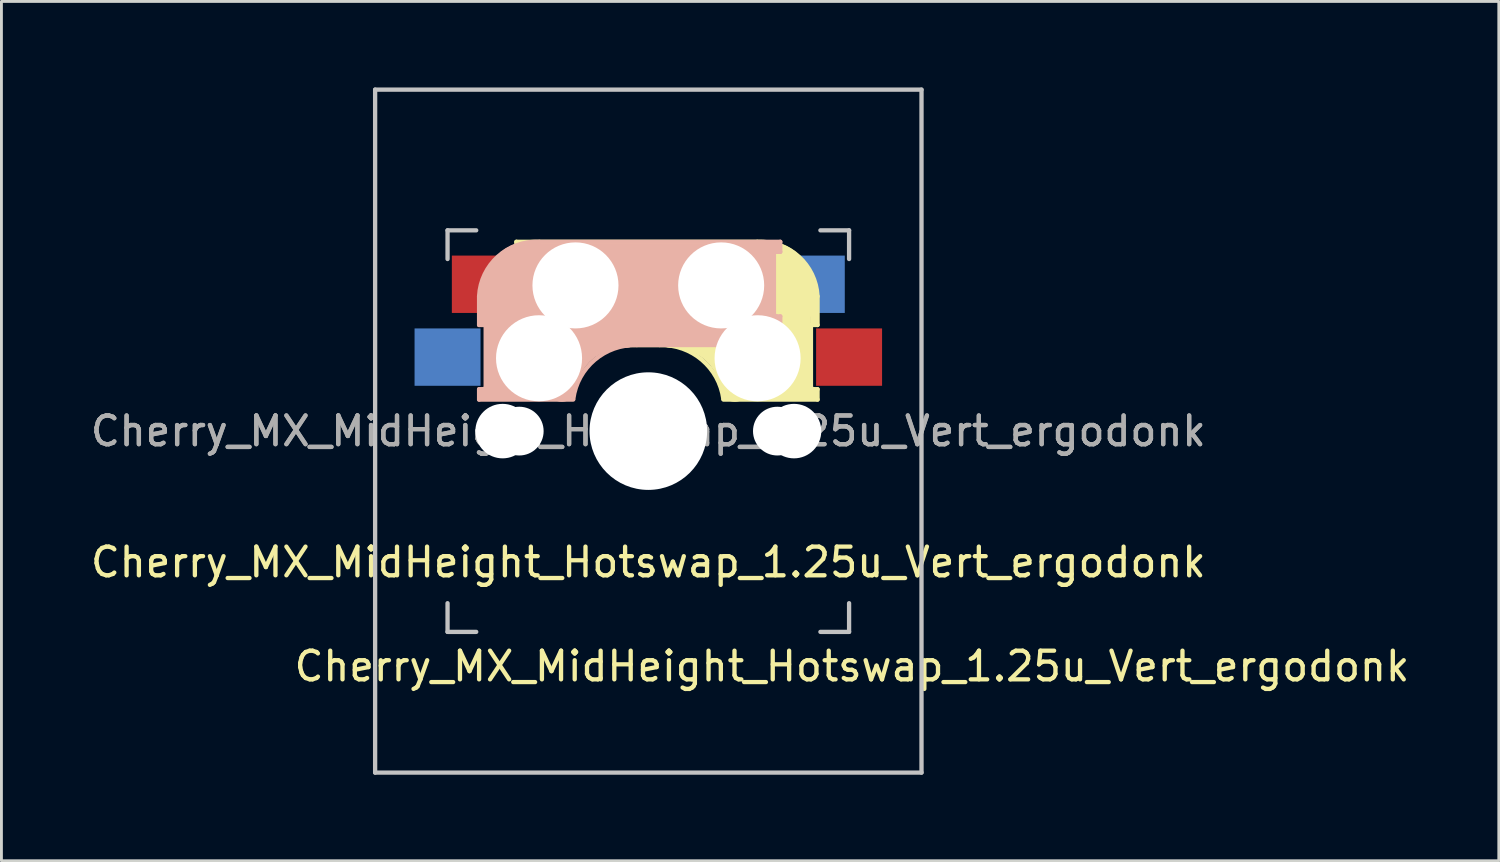
<source format=kicad_pcb>
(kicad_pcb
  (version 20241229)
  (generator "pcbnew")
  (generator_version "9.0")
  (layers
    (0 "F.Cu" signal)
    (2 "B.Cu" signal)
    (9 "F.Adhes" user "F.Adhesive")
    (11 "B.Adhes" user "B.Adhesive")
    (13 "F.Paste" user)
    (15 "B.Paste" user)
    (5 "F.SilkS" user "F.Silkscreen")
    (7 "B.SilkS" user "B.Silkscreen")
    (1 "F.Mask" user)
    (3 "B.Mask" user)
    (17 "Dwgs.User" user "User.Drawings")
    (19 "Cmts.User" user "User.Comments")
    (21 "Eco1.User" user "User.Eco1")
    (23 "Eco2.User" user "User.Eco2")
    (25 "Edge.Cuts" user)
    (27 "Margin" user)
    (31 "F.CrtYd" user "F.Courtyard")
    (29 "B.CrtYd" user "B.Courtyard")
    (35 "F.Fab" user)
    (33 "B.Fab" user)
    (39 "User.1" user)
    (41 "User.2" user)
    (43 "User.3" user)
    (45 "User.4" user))
  (footprint "Cherry_MX_MidHeight_Hotswap_1.25u_Vert_ergodonk"
    (layer "F.Cu")
    (at 19.554 11.981)
    (property "Reference" "Cherry_MX_MidHeight_Hotswap_1.25u_Vert_ergodonk" (at 7.1 8.2 0) (layer "F.SilkS") (effects (font (size 1 1) (thickness 0.15))))
    (attr through_hole)
    (fp_line (start -4.6 -6.6) (end 3.8 -6.6) (stroke (width 0.15) (type solid)) (layer "F.SilkS"))
    (fp_line (start -4.6 -6.25) (end -4.6 -6.6) (stroke (width 0.15) (type solid)) (layer "F.SilkS"))
    (fp_line (start -4.6 -4) (end -4.4 -4) (stroke (width 0.15) (type solid)) (layer "F.SilkS"))
    (fp_line (start -4.6 -3) (end -4.6 -4) (stroke (width 0.15) (type solid)) (layer "F.SilkS"))
    (fp_line (start -4.4 -6.4) (end -3 -6.4) (stroke (width 0.4) (type solid)) (layer "F.SilkS"))
    (fp_line (start -4.4 -6.25) (end -4.6 -6.25) (stroke (width 0.15) (type solid)) (layer "F.SilkS"))
    (fp_line (start -4.4 -3.9) (end -4.4 -3.2) (stroke (width 0.4) (type solid)) (layer "F.SilkS"))
    (fp_line (start -4.38 -4) (end -4.38 -6.25) (stroke (width 0.15) (type solid)) (layer "F.SilkS"))
    (fp_line (start -4.3 -3.3) (end -2.9 -3.3) (stroke (width 0.5) (type solid)) (layer "F.SilkS"))
    (fp_line (start -3.9 -6) (end -3.9 -3.5) (stroke (width 1) (type solid)) (layer "F.SilkS"))
    (fp_line (start -2.6 -4.8) (end 4.1 -4.8) (stroke (width 3.5) (type solid)) (layer "F.SilkS"))
    (fp_line (start 0.4 -3) (end -4.6 -3) (stroke (width 0.15) (type solid)) (layer "F.SilkS"))
    (fp_line (start 4.17 -5.1) (end 4.17 -2.86) (stroke (width 3) (type solid)) (layer "F.SilkS"))
    (fp_line (start 5.3 -1.6) (end 5.3 -3.4) (stroke (width 0.8) (type solid)) (layer "F.SilkS"))
    (fp_line (start 5.67 -3.7) (end 5.67 -1.46) (stroke (width 0.15) (type solid)) (layer "F.SilkS"))
    (fp_line (start 5.7 -1.46) (end 5.9 -1.46) (stroke (width 0.15) (type solid)) (layer "F.SilkS"))
    (fp_line (start 5.7 -1.3) (end 3 -1.3) (stroke (width 0.5) (type solid)) (layer "F.SilkS"))
    (fp_line (start 5.8 -3.8) (end 5.8 -4.7) (stroke (width 0.3) (type solid)) (layer "F.SilkS"))
    (fp_line (start 5.9 -4.7) (end 5.9 -3.7) (stroke (width 0.15) (type solid)) (layer "F.SilkS"))
    (fp_line (start 5.9 -3.7) (end 5.7 -3.7) (stroke (width 0.15) (type solid)) (layer "F.SilkS"))
    (fp_line (start 5.9 -1.1) (end 2.62 -1.1) (stroke (width 0.15) (type solid)) (layer "F.SilkS"))
    (fp_line (start 5.9 -1.1) (end 5.9 -1.46) (stroke (width 0.15) (type solid)) (layer "F.SilkS"))
    (fp_arc (start 0.4 -3) (mid 1.868709 -2.486118) (end 2.616318 -1.121471) (stroke (width 0.15) (type solid)) (layer "F.SilkS"))
    (fp_arc (start 0.8 -3.4) (mid 2.268709 -2.886118) (end 3.016318 -1.521471) (stroke (width 1) (type solid)) (layer "F.SilkS"))
    (fp_arc (start 3.8 -6.600001) (mid 5.243504 -6.084925) (end 5.900001 -4.7) (stroke (width 0.15) (type solid)) (layer "F.SilkS"))
    (fp_line (start -5.9 -4.7) (end -5.9 -3.7) (stroke (width 0.15) (type solid)) (layer "B.SilkS"))
    (fp_line (start -5.9 -3.7) (end -5.7 -3.7) (stroke (width 0.15) (type solid)) (layer "B.SilkS"))
    (fp_line (start -5.9 -1.1) (end -5.9 -1.46) (stroke (width 0.15) (type solid)) (layer "B.SilkS"))
    (fp_line (start -5.9 -1.1) (end -2.62 -1.1) (stroke (width 0.15) (type solid)) (layer "B.SilkS"))
    (fp_line (start -5.8 -3.8) (end -5.8 -4.7) (stroke (width 0.3) (type solid)) (layer "B.SilkS"))
    (fp_line (start -5.7 -1.46) (end -5.9 -1.46) (stroke (width 0.15) (type solid)) (layer "B.SilkS"))
    (fp_line (start -5.7 -1.3) (end -3 -1.3) (stroke (width 0.5) (type solid)) (layer "B.SilkS"))
    (fp_line (start -5.67 -3.7) (end -5.67 -1.46) (stroke (width 0.15) (type solid)) (layer "B.SilkS"))
    (fp_line (start -5.3 -1.6) (end -5.3 -3.4) (stroke (width 0.8) (type solid)) (layer "B.SilkS"))
    (fp_line (start -4.17 -5.1) (end -4.17 -2.86) (stroke (width 3) (type solid)) (layer "B.SilkS"))
    (fp_line (start -0.4 -3) (end 4.6 -3) (stroke (width 0.15) (type solid)) (layer "B.SilkS"))
    (fp_line (start 2.6 -4.8) (end -4.1 -4.8) (stroke (width 3.5) (type solid)) (layer "B.SilkS"))
    (fp_line (start 3.9 -6) (end 3.9 -3.5) (stroke (width 1) (type solid)) (layer "B.SilkS"))
    (fp_line (start 4.3 -3.3) (end 2.9 -3.3) (stroke (width 0.5) (type solid)) (layer "B.SilkS"))
    (fp_line (start 4.38 -4) (end 4.38 -6.25) (stroke (width 0.15) (type solid)) (layer "B.SilkS"))
    (fp_line (start 4.4 -6.4) (end 3 -6.4) (stroke (width 0.4) (type solid)) (layer "B.SilkS"))
    (fp_line (start 4.4 -6.25) (end 4.6 -6.25) (stroke (width 0.15) (type solid)) (layer "B.SilkS"))
    (fp_line (start 4.4 -3.9) (end 4.4 -3.2) (stroke (width 0.4) (type solid)) (layer "B.SilkS"))
    (fp_line (start 4.6 -6.6) (end -3.8 -6.6) (stroke (width 0.15) (type solid)) (layer "B.SilkS"))
    (fp_line (start 4.6 -6.25) (end 4.6 -6.6) (stroke (width 0.15) (type solid)) (layer "B.SilkS"))
    (fp_line (start 4.6 -4) (end 4.4 -4) (stroke (width 0.15) (type solid)) (layer "B.SilkS"))
    (fp_line (start 4.6 -3) (end 4.6 -4) (stroke (width 0.15) (type solid)) (layer "B.SilkS"))
    (fp_arc (start -5.9 -4.699999) (mid -5.243504 -6.084924) (end -3.800001 -6.6) (stroke (width 0.15) (type solid)) (layer "B.SilkS"))
    (fp_arc (start -3.016318 -1.521471) (mid -2.268709 -2.886118) (end -0.8 -3.4) (stroke (width 1) (type solid)) (layer "B.SilkS"))
    (fp_arc (start -2.616318 -1.121471) (mid -1.868709 -2.486118) (end -0.4 -3) (stroke (width 0.15) (type solid)) (layer "B.SilkS"))
    (fp_line (start -9.525 -11.906) (end 9.525 -11.906) (stroke (width 0.15) (type solid)) (layer "Dwgs.User"))
    (fp_line (start -9.525 11.906) (end -9.525 -11.906) (stroke (width 0.15) (type solid)) (layer "Dwgs.User"))
    (fp_line (start -7 -7) (end -6 -7) (stroke (width 0.15) (type solid)) (layer "Dwgs.User"))
    (fp_line (start -7 -6) (end -7 -7) (stroke (width 0.15) (type solid)) (layer "Dwgs.User"))
    (fp_line (start -7 6) (end -7 7) (stroke (width 0.15) (type solid)) (layer "Dwgs.User"))
    (fp_line (start -7 7) (end -6 7) (stroke (width 0.15) (type solid)) (layer "Dwgs.User"))
    (fp_line (start 6 7) (end 7 7) (stroke (width 0.15) (type solid)) (layer "Dwgs.User"))
    (fp_line (start 7 -7) (end 6 -7) (stroke (width 0.15) (type solid)) (layer "Dwgs.User"))
    (fp_line (start 7 -7) (end 7 -6) (stroke (width 0.15) (type solid)) (layer "Dwgs.User"))
    (fp_line (start 7 7) (end 7 6) (stroke (width 0.15) (type solid)) (layer "Dwgs.User"))
    (fp_line (start 9.525 -11.906) (end 9.525 11.906) (stroke (width 0.15) (type solid)) (layer "Dwgs.User"))
    (fp_line (start 9.525 11.906) (end -9.525 11.906) (stroke (width 0.15) (type solid)) (layer "Dwgs.User"))
    (fp_text user "${REFERENCE}" (at 0 4.572 0) (layer "F.SilkS") (effects (font (size 1 1) (thickness 0.15))))
    (fp_text user "${REFERENCE}" (at 0 0 0) (layer "F.Fab") (effects (font (size 1 1) (thickness 0.15))))
    (fp_text user "${REFERENCE}" (at 0 0 0) (layer "F.Fab") (effects (font (size 1 1) (thickness 0.15))))
    (pad "" np_thru_hole circle (at -5.08 0) (size 1.9 1.9) (drill 1.9) (layers "*.Cu" "*.Mask"))
    (pad "" np_thru_hole circle (at -4.5 0) (size 1.7 1.7) (drill 1.7) (layers "*.Cu" "*.Mask"))
    (pad "" np_thru_hole circle (at -3.81 -2.54 180) (size 3 3) (drill 3) (layers "*.Cu" "*.Mask"))
    (pad "" np_thru_hole circle (at -2.54 -5.08 180) (size 3 3) (drill 3) (layers "*.Cu" "*.Mask"))
    (pad "" np_thru_hole circle (at 0 0 90) (size 4.1 4.1) (drill 4.1) (layers "*.Cu" "*.Mask"))
    (pad "" np_thru_hole circle (at 2.54 -5.08 180) (size 3 3) (drill 3) (layers "*.Cu" "*.Mask"))
    (pad "" np_thru_hole circle (at 3.81 -2.54 180) (size 3 3) (drill 3) (layers "*.Cu" "*.Mask"))
    (pad "" np_thru_hole circle (at 4.5 0) (size 1.7 1.7) (drill 1.7) (layers "*.Cu" "*.Mask"))
    (pad "" np_thru_hole circle (at 5.08 0) (size 1.9 1.9) (drill 1.9) (layers "*.Cu" "*.Mask"))
    (pad "1" smd rect (at -7 -2.58 180) (size 2.3 2) (layers "B.Cu" "B.Mask" "B.Paste"))
    (pad "1" smd rect (at 7 -2.58 180) (size 2.3 2) (layers "F.Cu" "F.Mask" "F.Paste"))
    (pad "2" smd rect (at -5.7 -5.12 180) (size 2.3 2) (layers "F.Cu" "F.Mask" "F.Paste"))
    (pad "2" smd rect (at 5.7 -5.12 180) (size 2.3 2) (layers "B.Cu" "B.Mask" "B.Paste")))
  (gr_rect
    (start -3 -3)
    (end 49.207 26.962)
    (stroke (width 0.1) (type default))
    (fill no)
    (layer "Edge.Cuts")))
</source>
